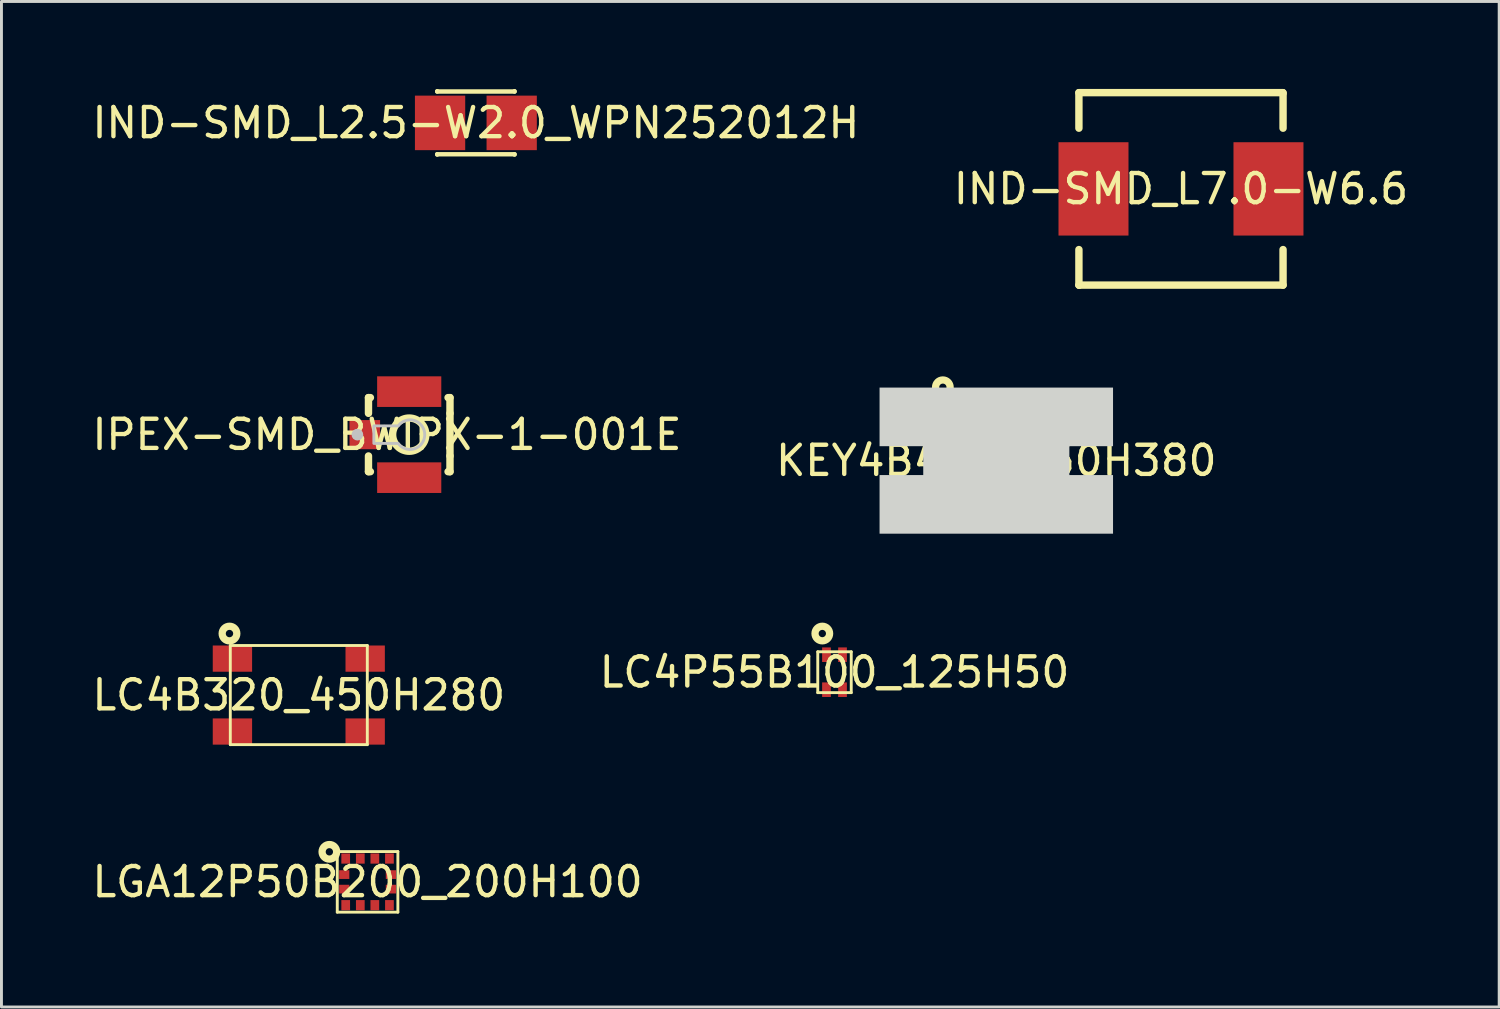
<source format=kicad_pcb>
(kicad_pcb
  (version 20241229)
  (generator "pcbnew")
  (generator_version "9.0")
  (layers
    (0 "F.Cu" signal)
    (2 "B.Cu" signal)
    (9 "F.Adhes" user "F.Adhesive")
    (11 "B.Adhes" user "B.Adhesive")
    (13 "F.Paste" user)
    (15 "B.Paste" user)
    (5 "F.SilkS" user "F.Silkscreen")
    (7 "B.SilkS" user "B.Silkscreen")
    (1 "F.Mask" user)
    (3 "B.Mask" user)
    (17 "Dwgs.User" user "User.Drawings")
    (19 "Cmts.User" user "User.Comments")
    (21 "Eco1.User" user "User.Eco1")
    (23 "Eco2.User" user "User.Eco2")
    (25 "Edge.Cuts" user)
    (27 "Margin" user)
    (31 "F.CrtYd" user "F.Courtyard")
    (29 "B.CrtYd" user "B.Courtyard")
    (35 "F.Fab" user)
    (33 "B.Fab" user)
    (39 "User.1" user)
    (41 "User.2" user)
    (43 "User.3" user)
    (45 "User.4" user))
  (footprint "IND-SMD_L7.0-W6.6"
    (layer "F.Cu")
    (at 37.446 3.427)
    (property "Reference" "IND-SMD_L7.0-W6.6" (at 0 0 0) (layer "F.SilkS") (effects (font (size 1 1) (thickness 0.15))))
    (fp_line (start -3.5 -3.3) (end 3.48 -3.3) (stroke (width 0.254) (type default)) (layer "F.SilkS"))
    (fp_line (start -3.5 -2.081) (end -3.5 -3.3) (stroke (width 0.254) (type default)) (layer "F.SilkS"))
    (fp_line (start -3.5 3.3) (end -3.5 2.081) (stroke (width 0.254) (type default)) (layer "F.SilkS"))
    (fp_line (start -3.49 3.3) (end -3.5 3.3) (stroke (width 0.254) (type default)) (layer "F.SilkS"))
    (fp_line (start 3.48 -3.3) (end 3.5 -3.28) (stroke (width 0.254) (type default)) (layer "F.SilkS"))
    (fp_line (start 3.5 -3.3) (end 3.5 -2.081) (stroke (width 0.254) (type default)) (layer "F.SilkS"))
    (fp_line (start 3.5 2.081) (end 3.5 3.3) (stroke (width 0.254) (type default)) (layer "F.SilkS"))
    (fp_line (start 3.5 3.3) (end -3.49 3.3) (stroke (width 0.254) (type default)) (layer "F.SilkS"))
    (fp_poly (pts (xy -1.9 1.5) (xy -3.5 1.5) (xy -3.5 -1.5) (xy -1.9 -1.5)) (stroke (width 0.1) (type default)) (fill no) (layer "User.1"))
    (fp_poly (pts (xy 1.9 -1.5) (xy 3.5 -1.5) (xy 3.5 1.5) (xy 1.9 1.5)) (stroke (width 0.1) (type default)) (fill no) (layer "User.1"))
    (fp_line (start -3.5 -3.3) (end 3.5 -3.3) (stroke (width 0.051) (type default)) (layer "User.2"))
    (fp_line (start -3.5 3.3) (end -3.5 -3.3) (stroke (width 0.051) (type default)) (layer "User.2"))
    (fp_line (start 3.5 -3.3) (end 3.5 3.3) (stroke (width 0.051) (type default)) (layer "User.2"))
    (fp_line (start 3.5 3.3) (end -3.5 3.3) (stroke (width 0.051) (type default)) (layer "User.2"))
    (fp_poly (pts (xy -3.44 3.3) (xy -3.458 3.258) (xy -3.5 3.24) (xy -3.542 3.258) (xy -3.56 3.3) (xy -3.542 3.342) (xy -3.5 3.36) (xy -3.458 3.342)) (stroke (width 0.1) (type default)) (fill no) (layer "User.3"))
    (pad "1" smd rect (at -3 0) (size 2.4 3.2) (layers "F.Cu" "F.Mask" "F.Paste"))
    (pad "2" smd rect (at 3 0) (size 2.4 3.2) (layers "F.Cu" "F.Mask" "F.Paste")))
  (footprint "LGA12P50B200_200H100"
    (layer "F.Cu")
    (at 9.554 27.189)
    (property "Reference" "LGA12P50B200_200H100" (at 0 0 0) (layer "F.SilkS") (effects (font (size 1 1) (thickness 0.15))))
    (fp_line (start -1.039 -1.039) (end -1.039 1.039) (stroke (width 0.099) (type default)) (layer "F.SilkS"))
    (fp_line (start -1.039 -1.039) (end 1.039 -1.039) (stroke (width 0.099) (type default)) (layer "F.SilkS"))
    (fp_line (start -1.039 1.039) (end 1.039 1.039) (stroke (width 0.099) (type default)) (layer "F.SilkS"))
    (fp_line (start 1.039 -1.039) (end 1.039 1.039) (stroke (width 0.099) (type default)) (layer "F.SilkS"))
    (fp_circle (center -1.31 -1.03) (end -1.06 -1.03) (stroke (width 0.249) (type default)) (fill no) (layer "F.SilkS"))
    (fp_line (start -1.24 -1.24) (end -1.24 1.24) (stroke (width 0.025) (type default)) (layer "User.1"))
    (fp_line (start -1.24 -1.24) (end 1.24 -1.24) (stroke (width 0.025) (type default)) (layer "User.1"))
    (fp_line (start -1.24 1.24) (end 1.24 1.24) (stroke (width 0.025) (type default)) (layer "User.1"))
    (fp_line (start 1.24 -1.24) (end 1.24 1.24) (stroke (width 0.025) (type default)) (layer "User.1"))
    (fp_poly (pts (xy -1.039 1.039) (xy 1.039 1.039) (xy 1.039 -1.039) (xy -1.039 -1.039)) (stroke (width 0.1) (type default)) (fill no) (layer "User.1"))
    (fp_poly (pts (xy -1.039 1.039) (xy 1.039 1.039) (xy 1.039 -1.039) (xy -1.039 -1.039)) (stroke (width 0.1) (type default)) (fill no) (layer "User.1"))
    (fp_poly (pts (xy -1.24 1.24) (xy 1.24 1.24) (xy 1.24 -1.24) (xy -1.039 -1.24) (xy -1.039 -1.049) (xy 1.049 -1.049) (xy 1.049 1.049) (xy -1.049 1.049) (xy -1.049 -1.24) (xy -1.24 -1.24)) (stroke (width 0.1) (type default)) (fill no) (layer "User.1"))
    (fp_poly (pts (xy -1.24 1.24) (xy 1.24 1.24) (xy 1.24 -1.24) (xy -1.039 -1.24) (xy -1.039 -1.049) (xy 1.049 -1.049) (xy 1.049 1.049) (xy -1.049 1.049) (xy -1.049 -1.24) (xy -1.24 -1.24)) (stroke (width 0.1) (type default)) (fill no) (layer "User.1"))
    (pad "1" smd rect (at -0.75 -0.8 270) (size 0.35 0.299) (layers "F.Cu" "F.Mask" "F.Paste"))
    (pad "2" smd rect (at -0.8 -0.249 270) (size 0.299 0.35) (layers "F.Cu" "F.Mask" "F.Paste"))
    (pad "3" smd rect (at -0.8 0.249 270) (size 0.299 0.35) (layers "F.Cu" "F.Mask" "F.Paste"))
    (pad "4" smd rect (at -0.75 0.8 270) (size 0.35 0.299) (layers "F.Cu" "F.Mask" "F.Paste"))
    (pad "5" smd rect (at -0.249 0.8 270) (size 0.35 0.299) (layers "F.Cu" "F.Mask" "F.Paste"))
    (pad "6" smd rect (at 0.249 0.8 270) (size 0.35 0.299) (layers "F.Cu" "F.Mask" "F.Paste"))
    (pad "7" smd rect (at 0.75 0.8 270) (size 0.35 0.299) (layers "F.Cu" "F.Mask" "F.Paste"))
    (pad "8" smd rect (at 0.8 0.249 270) (size 0.299 0.35) (layers "F.Cu" "F.Mask" "F.Paste"))
    (pad "9" smd rect (at 0.8 -0.249 270) (size 0.299 0.35) (layers "F.Cu" "F.Mask" "F.Paste"))
    (pad "10" smd rect (at 0.75 -0.8 270) (size 0.35 0.299) (layers "F.Cu" "F.Mask" "F.Paste"))
    (pad "11" smd rect (at 0.249 -0.8 270) (size 0.35 0.299) (layers "F.Cu" "F.Mask" "F.Paste"))
    (pad "12" smd rect (at -0.249 -0.8 270) (size 0.35 0.299) (layers "F.Cu" "F.Mask" "F.Paste")))
  (footprint "LC4P55B100_125H50"
    (layer "F.Cu")
    (at 25.565 20)
    (property "Reference" "LC4P55B100_125H50" (at 0 0 0) (layer "F.SilkS") (effects (font (size 1 1) (thickness 0.15))))
    (fp_line (start -0.574 -0.701) (end 0.574 -0.701) (stroke (width 0.099) (type default)) (layer "F.SilkS"))
    (fp_line (start -0.574 0.701) (end -0.574 -0.701) (stroke (width 0.099) (type default)) (layer "F.SilkS"))
    (fp_line (start -0.574 0.701) (end 0.574 0.701) (stroke (width 0.099) (type default)) (layer "F.SilkS"))
    (fp_line (start 0.574 0.701) (end 0.574 -0.701) (stroke (width 0.099) (type default)) (layer "F.SilkS"))
    (fp_circle (center -0.418 -1.326) (end -0.168 -1.326) (stroke (width 0.249) (type default)) (fill no) (layer "F.SilkS"))
    (fp_line (start -0.774 -1.049) (end 0.774 -1.049) (stroke (width 0.025) (type default)) (layer "User.1"))
    (fp_line (start -0.774 1.049) (end -0.774 -1.049) (stroke (width 0.025) (type default)) (layer "User.1"))
    (fp_line (start -0.774 1.049) (end 0.774 1.049) (stroke (width 0.025) (type default)) (layer "User.1"))
    (fp_line (start 0.774 1.049) (end 0.774 -1.049) (stroke (width 0.025) (type default)) (layer "User.1"))
    (fp_poly (pts (xy -0.574 -0.701) (xy -0.574 0.701) (xy 0.574 0.701) (xy 0.574 -0.701)) (stroke (width 0.1) (type default)) (fill no) (layer "User.1"))
    (fp_poly (pts (xy -0.574 -0.701) (xy -0.574 0.701) (xy 0.574 0.701) (xy 0.574 -0.701)) (stroke (width 0.1) (type default)) (fill no) (layer "User.1"))
    (fp_poly (pts (xy -0.774 1.049) (xy -0.774 -1.049) (xy 0.774 -1.049) (xy 0.774 0.683) (xy 0.574 0.683) (xy 0.574 -0.701) (xy -0.574 -0.701) (xy -0.574 0.701) (xy 0.774 0.701) (xy 0.774 1.049)) (stroke (width 0.1) (type default)) (fill no) (layer "User.1"))
    (fp_poly (pts (xy -0.774 1.049) (xy -0.774 -1.049) (xy 0.774 -1.049) (xy 0.774 0.683) (xy 0.574 0.683) (xy 0.574 -0.701) (xy -0.574 -0.701) (xy -0.574 0.701) (xy 0.774 0.701) (xy 0.774 1.049)) (stroke (width 0.1) (type default)) (fill no) (layer "User.1"))
    (pad "1" smd rect (at -0.275 -0.6) (size 0.299 0.5) (layers "F.Cu" "F.Mask" "F.Paste"))
    (pad "2" smd rect (at 0.275 -0.6) (size 0.299 0.5) (layers "F.Cu" "F.Mask" "F.Paste"))
    (pad "3" smd rect (at 0.275 0.6) (size 0.299 0.5) (layers "F.Cu" "F.Mask" "F.Paste"))
    (pad "4" smd rect (at -0.275 0.6) (size 0.299 0.5) (layers "F.Cu" "F.Mask" "F.Paste")))
  (footprint "IPEX-SMD_BWIPX-1-001E"
    (layer "F.Cu")
    (at 10.22 11.854)
    (property "Reference" "IPEX-SMD_BWIPX-1-001E" (at 0 0 0) (layer "F.SilkS") (effects (font (size 1 1) (thickness 0.15))))
    (fp_line (start -0.635 -1.27) (end -0.635 -0.731) (stroke (width 0.254) (type default)) (layer "F.SilkS"))
    (fp_line (start -0.635 0.731) (end -0.635 1.27) (stroke (width 0.254) (type default)) (layer "F.SilkS"))
    (fp_line (start -0.635 1.27) (end -0.569 1.27) (stroke (width 0.254) (type default)) (layer "F.SilkS"))
    (fp_line (start -0.569 -1.27) (end -0.635 -1.27) (stroke (width 0.254) (type default)) (layer "F.SilkS"))
    (fp_line (start 2.094 1.27) (end 2.16 1.27) (stroke (width 0.254) (type default)) (layer "F.SilkS"))
    (fp_line (start 2.16 -1.27) (end 2.094 -1.27) (stroke (width 0.254) (type default)) (layer "F.SilkS"))
    (fp_line (start 2.16 -0.731) (end 2.16 -1.27) (stroke (width 0.254) (type default)) (layer "F.SilkS"))
    (fp_line (start 2.16 -0.731) (end 2.16 0.731) (stroke (width 0.254) (type default)) (layer "F.SilkS"))
    (fp_line (start 2.16 1.27) (end 2.16 0.731) (stroke (width 0.254) (type default)) (layer "F.SilkS"))
    (fp_circle (center 0.762 0) (end 1.331 0) (stroke (width 0.254) (type default)) (fill no) (layer "F.SilkS"))
    (fp_circle (center -1.016 0) (end -0.915 0) (stroke (width 0.2) (type default)) (fill no) (layer "Dwgs.User"))
    (fp_poly (pts (arc (start 1.2935 0) (mid 1.14471 0.35921) (end 0.7855 0.508)) (arc (start 0.7855 0.508) (mid 0.561144 0.450823) (end 0.3855 0.3)) (xy -0.45 0.3) (xy -0.45 -0.3) (arc (start 0.3855 -0.3) (mid 0.561173 -0.450767) (end 0.7855 -0.508)) (arc (start 0.7855 -0.508) (mid 1.14471 -0.35921) (end 1.2935 0))) (stroke (width 0.1) (type default)) (fill no) (layer "Dwgs.User"))
    (fp_poly (pts (xy -0.438 -0.3) (xy -0.438 0.3) (xy -0.787 0.3) (xy -0.787 -0.3)) (stroke (width 0.1) (type default)) (fill no) (layer "User.1"))
    (fp_poly (pts (xy 1.663 -1.1) (xy -0.138 -1.1) (xy -0.138 -1.5) (xy 1.663 -1.5)) (stroke (width 0.1) (type default)) (fill no) (layer "User.1"))
    (fp_poly (pts (xy 1.663 1.5) (xy -0.138 1.5) (xy -0.138 1.1) (xy 1.663 1.1)) (stroke (width 0.1) (type default)) (fill no) (layer "User.1"))
    (fp_poly (pts (xy 2 -0.3) (xy 2.312 -0.3) (xy 2.312 0.3) (xy 2 0.3)) (stroke (width 0.1) (type default)) (fill no) (layer "User.1"))
    (fp_poly (pts (arc (start 1.2935 0) (mid 1.14471 0.35921) (end 0.7855 0.508)) (arc (start 0.7855 0.508) (mid 0.561144 0.450823) (end 0.3855 0.3)) (xy -0.45 0.3) (xy -0.45 -0.3) (arc (start 0.3855 -0.3) (mid 0.561173 -0.450767) (end 0.7855 -0.508)) (arc (start 0.7855 -0.508) (mid 1.14471 -0.35921) (end 1.2935 0))) (stroke (width 0.1) (type default)) (fill no) (layer "User.1"))
    (fp_line (start -0.537 -1.3) (end 2.062 -1.3) (stroke (width 0.051) (type default)) (layer "User.2"))
    (fp_line (start -0.537 1.3) (end -0.537 -1.3) (stroke (width 0.051) (type default)) (layer "User.2"))
    (fp_line (start 2.062 -1.3) (end 2.062 1.3) (stroke (width 0.051) (type default)) (layer "User.2"))
    (fp_line (start 2.062 1.3) (end -0.537 1.3) (stroke (width 0.051) (type default)) (layer "User.2"))
    (fp_poly (pts (xy -0.728 1.5) (xy -0.745 1.458) (xy -0.787 1.44) (xy -0.83 1.458) (xy -0.848 1.5) (xy -0.83 1.542) (xy -0.787 1.56) (xy -0.745 1.542)) (stroke (width 0.1) (type default)) (fill no) (layer "User.3"))
    (pad "1" smd rect (at -0.762 0 180) (size 1.05 1) (layers "F.Cu" "F.Mask" "F.Paste"))
    (pad "2" smd rect (at 0.762 1.475 180) (size 2.2 1.05) (layers "F.Cu" "F.Mask" "F.Paste"))
    (pad "3" smd rect (at 0.762 -1.475 180) (size 2.2 1.05) (layers "F.Cu" "F.Mask" "F.Paste")))
  (footprint "LC4B320_450H280"
    (layer "F.Cu")
    (at 7.196 20.784)
    (property "Reference" "LC4B320_450H280" (at 0 0 0) (layer "F.SilkS") (effects (font (size 1 1) (thickness 0.15))))
    (fp_line (start -2.349 1.7) (end -2.349 -1.7) (stroke (width 0.099) (type default)) (layer "F.SilkS"))
    (fp_line (start 2.349 -1.7) (end -2.349 -1.7) (stroke (width 0.099) (type default)) (layer "F.SilkS"))
    (fp_line (start 2.349 1.7) (end -2.349 1.7) (stroke (width 0.099) (type default)) (layer "F.SilkS"))
    (fp_line (start 2.349 1.7) (end 2.349 -1.7) (stroke (width 0.099) (type default)) (layer "F.SilkS"))
    (fp_circle (center -2.377 -2.109) (end -2.126 -2.109) (stroke (width 0.249) (type default)) (fill no) (layer "F.SilkS"))
    (fp_line (start -3.15 1.95) (end -3.15 -1.95) (stroke (width 0.025) (type default)) (layer "User.1"))
    (fp_line (start 3.15 -1.95) (end -3.15 -1.95) (stroke (width 0.025) (type default)) (layer "User.1"))
    (fp_line (start 3.15 1.95) (end -3.15 1.95) (stroke (width 0.025) (type default)) (layer "User.1"))
    (fp_line (start 3.15 1.95) (end 3.15 -1.95) (stroke (width 0.025) (type default)) (layer "User.1"))
    (fp_poly (pts (xy 2.349 1.7) (xy 2.349 -1.7) (xy -2.349 -1.7) (xy -2.349 1.7)) (stroke (width 0.1) (type default)) (fill no) (layer "User.1"))
    (fp_poly (pts (xy 2.349 1.7) (xy 2.349 -1.7) (xy -2.349 -1.7) (xy -2.349 1.7)) (stroke (width 0.1) (type default)) (fill no) (layer "User.1"))
    (fp_poly (pts (xy -2.349 -1.75) (xy 2.401 -1.75) (xy 2.401 1.75) (xy -2.401 1.75) (xy -2.401 -1.95) (xy -3.15 -1.95) (xy -3.15 1.95) (xy 3.15 1.95) (xy 3.15 -1.95) (xy -2.349 -1.95)) (stroke (width 0.1) (type default)) (fill no) (layer "User.1"))
    (fp_poly (pts (xy -2.349 -1.75) (xy 2.401 -1.75) (xy 2.401 1.75) (xy -2.401 1.75) (xy -2.401 -1.95) (xy -3.15 -1.95) (xy -3.15 1.95) (xy 3.15 1.95) (xy 3.15 -1.95) (xy -2.349 -1.95)) (stroke (width 0.1) (type default)) (fill no) (layer "User.1"))
    (pad "1" smd rect (at -2.276 -1.25 90) (size 0.899 1.349) (layers "F.Cu" "F.Mask" "F.Paste"))
    (pad "2" smd rect (at -2.276 1.25 90) (size 0.899 1.349) (layers "F.Cu" "F.Mask" "F.Paste"))
    (pad "3" smd rect (at 2.276 1.25 90) (size 0.899 1.349) (layers "F.Cu" "F.Mask" "F.Paste"))
    (pad "4" smd rect (at 2.276 -1.25 90) (size 0.899 1.349) (layers "F.Cu" "F.Mask" "F.Paste")))
  (footprint "IND-SMD_L2.5-W2.0_WPN252012H"
    (layer "F.Cu")
    (at 13.268 1.164)
    (property "Reference" "IND-SMD_L2.5-W2.0_WPN252012H" (at 0 0 0) (layer "F.SilkS") (effects (font (size 1 1) (thickness 0.15))))
    (fp_line (start -1.326 -1.087) (end -1.326 -1.076) (stroke (width 0.152) (type default)) (layer "F.SilkS"))
    (fp_line (start -1.326 -1.076) (end 1.326 -1.076) (stroke (width 0.152) (type default)) (layer "F.SilkS"))
    (fp_line (start -1.326 1.076) (end 1.326 1.076) (stroke (width 0.152) (type default)) (layer "F.SilkS"))
    (fp_line (start -1.326 1.087) (end -1.326 1.076) (stroke (width 0.152) (type default)) (layer "F.SilkS"))
    (fp_line (start 1.326 -1.076) (end 1.326 -1.087) (stroke (width 0.152) (type default)) (layer "F.SilkS"))
    (fp_line (start 1.326 1.076) (end 1.326 1.087) (stroke (width 0.152) (type default)) (layer "F.SilkS"))
    (fp_poly (pts (xy -0.45 0.825) (xy -1.25 0.825) (xy -1.25 -0.825) (xy -0.45 -0.825)) (stroke (width 0.1) (type default)) (fill no) (layer "User.1"))
    (fp_poly (pts (xy 0.45 -0.825) (xy 1.25 -0.825) (xy 1.25 0.825) (xy 0.45 0.825)) (stroke (width 0.1) (type default)) (fill no) (layer "User.1"))
    (fp_line (start -1.25 -1) (end 1.25 -1) (stroke (width 0.051) (type default)) (layer "User.2"))
    (fp_line (start -1.25 1) (end -1.25 -1) (stroke (width 0.051) (type default)) (layer "User.2"))
    (fp_line (start 1.25 -1) (end 1.25 1) (stroke (width 0.051) (type default)) (layer "User.2"))
    (fp_line (start 1.25 1) (end -1.25 1) (stroke (width 0.051) (type default)) (layer "User.2"))
    (fp_poly (pts (xy -1.19 1) (xy -1.208 0.958) (xy -1.25 0.94) (xy -1.292 0.958) (xy -1.31 1) (xy -1.292 1.042) (xy -1.25 1.06) (xy -1.208 1.042)) (stroke (width 0.1) (type default)) (fill no) (layer "User.3"))
    (pad "1" smd rect (at 1.228 0) (size 1.724 1.87) (layers "F.Cu" "F.Mask" "F.Paste"))
    (pad "2" smd rect (at -1.228 0) (size 1.724 1.87) (layers "F.Cu" "F.Mask" "F.Paste")))
  (footprint "KEY4B450_450H380"
    (layer "F.Cu")
    (at 31.113 12.745)
    (property "Reference" "KEY4B450_450H380" (at 0 0 0) (layer "F.SilkS") (effects (font (size 1 1) (thickness 0.15))))
    (fp_line (start -2.251 -2.251) (end 2.251 -2.251) (stroke (width 0.099) (type default)) (layer "F.SilkS"))
    (fp_line (start -2.251 2.251) (end -2.251 -2.251) (stroke (width 0.099) (type default)) (layer "F.SilkS"))
    (fp_line (start -2.251 2.251) (end 2.251 2.251) (stroke (width 0.099) (type default)) (layer "F.SilkS"))
    (fp_line (start 2.251 2.251) (end 2.251 -2.251) (stroke (width 0.099) (type default)) (layer "F.SilkS"))
    (fp_circle (center -1.833 -2.516) (end -1.583 -2.516) (stroke (width 0.249) (type default)) (fill no) (layer "F.SilkS"))
    (fp_circle (center 0 0) (end 1.415 0) (stroke (width 0.099) (type default)) (fill no) (layer "F.SilkS"))
    (fp_poly (pts (xy 4.003 2.505) (xy -4.003 2.505) (xy -4.003 0.495) (xy -2.505 0.495) (xy -2.505 -0.495) (xy -4.003 -0.495) (xy -4.003 -2.505) (xy 4.003 -2.505) (xy 4.003 -0.495) (xy 2.505 -0.495) (xy 2.505 0.495) (xy 4.003 0.495)) (stroke (width 0) (type default)) (fill yes) (layer "Edge.Cuts"))
    (fp_line (start -2.251 -2.251) (end 2.251 -2.251) (stroke (width 0.025) (type default)) (layer "User.1"))
    (fp_line (start -2.251 2.251) (end -2.251 -2.251) (stroke (width 0.025) (type default)) (layer "User.1"))
    (fp_line (start -2.251 2.251) (end 2.251 2.251) (stroke (width 0.025) (type default)) (layer "User.1"))
    (fp_line (start 2.251 2.251) (end 2.251 -2.251) (stroke (width 0.025) (type default)) (layer "User.1"))
    (fp_circle (center 0 0) (end 1.415 0) (stroke (width 0.025) (type default)) (fill no) (layer "User.1"))
    (fp_poly (pts (xy 4.003 2.505) (xy -4.003 2.505) (xy -4.003 0.495) (xy -2.505 0.495) (xy -2.505 -0.495) (xy -4.003 -0.495) (xy -4.003 -2.505) (xy 4.003 -2.505) (xy 4.003 -0.495) (xy 2.505 -0.495) (xy 2.505 0.495) (xy 4.003 0.495)) (stroke (width 0.1) (type default)) (fill no) (layer "User.1"))
    (fp_poly (pts (xy 4.003 2.505) (xy -4.003 2.505) (xy -4.003 0.495) (xy -2.505 0.495) (xy -2.505 -0.495) (xy -4.003 -0.495) (xy -4.003 -2.505) (xy 4.003 -2.505) (xy 4.003 -0.495) (xy 2.505 -0.495) (xy 2.505 0.495) (xy 4.003 0.495)) (stroke (width 0.1) (type default)) (fill no) (layer "User.1"))
    (pad "1" smd rect (at -2.999 -1.501) (size 1.501 1.501) (layers "F.Cu" "F.Mask" "F.Paste"))
    (pad "2" smd rect (at -2.999 1.501) (size 1.501 1.501) (layers "F.Cu" "F.Mask" "F.Paste"))
    (pad "3" smd rect (at 2.999 -1.501) (size 1.501 1.501) (layers "F.Cu" "F.Mask" "F.Paste"))
    (pad "4" smd rect (at 2.999 1.501) (size 1.501 1.501) (layers "F.Cu" "F.Mask" "F.Paste")))
  (gr_rect
    (start -3 -3)
    (end 48.357 31.479)
    (stroke (width 0.1) (type default))
    (fill no)
    (layer "Edge.Cuts")))
</source>
